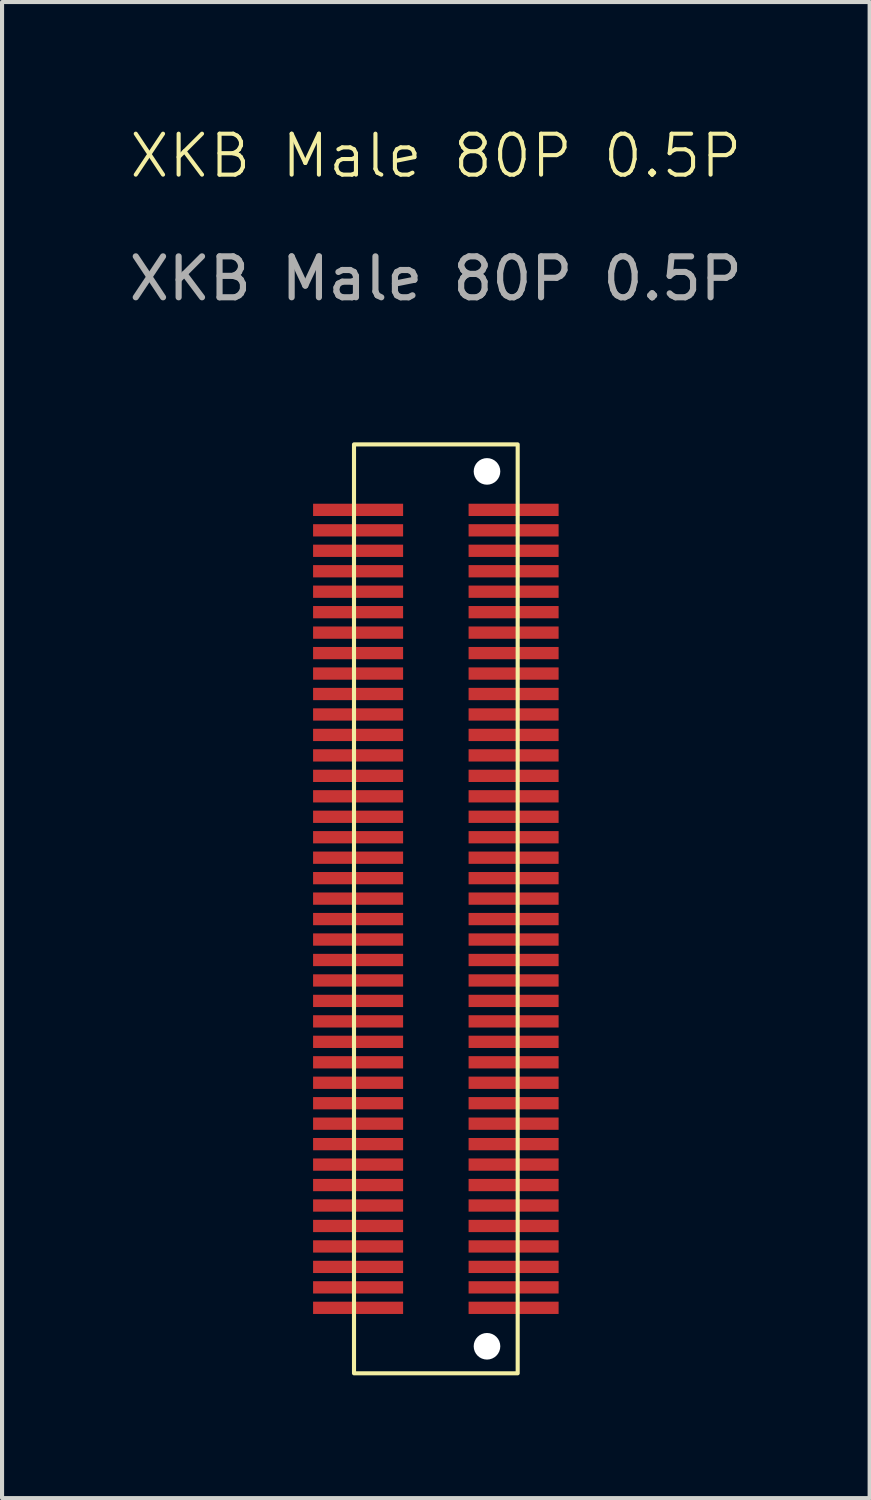
<source format=kicad_pcb>
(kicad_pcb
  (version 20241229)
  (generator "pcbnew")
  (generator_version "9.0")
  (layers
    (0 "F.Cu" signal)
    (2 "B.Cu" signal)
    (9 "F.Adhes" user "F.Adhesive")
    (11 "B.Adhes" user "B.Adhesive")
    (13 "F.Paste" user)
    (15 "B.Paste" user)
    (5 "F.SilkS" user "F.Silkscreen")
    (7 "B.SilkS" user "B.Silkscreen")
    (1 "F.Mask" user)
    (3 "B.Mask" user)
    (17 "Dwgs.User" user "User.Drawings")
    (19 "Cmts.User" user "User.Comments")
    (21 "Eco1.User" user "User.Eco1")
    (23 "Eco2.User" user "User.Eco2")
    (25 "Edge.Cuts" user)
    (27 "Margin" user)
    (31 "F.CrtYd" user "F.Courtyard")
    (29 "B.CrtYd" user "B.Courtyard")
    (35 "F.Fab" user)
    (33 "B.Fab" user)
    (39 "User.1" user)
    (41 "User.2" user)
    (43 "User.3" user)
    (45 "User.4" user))
  (footprint "XKB Male 80P 0.5P"
    (layer "F.Cu")
    (at 5.601 7.91)
    (property "Reference" "XKB Male 80P 0.5P" (at 2 -7.15 0) (unlocked yes) (layer "F.SilkS") (effects (font (size 1 1) (thickness 0.1))))
    (attr smd)
    (fp_rect (start 0 -0.1) (end 4 22.6) (stroke (width 0.1) (type default)) (fill no) (layer "F.SilkS"))
    (fp_text user "${REFERENCE}" (at 2 -4.15 0) (unlocked yes) (layer "F.Fab") (effects (font (size 1 1) (thickness 0.15))))
    (pad "" np_thru_hole circle (at 3.25 0.56) (size 0.65 0.65) (drill 0.65) (layers "*.Cu" "*.Mask"))
    (pad "" np_thru_hole circle (at 3.25 21.94) (size 0.65 0.65) (drill 0.65) (layers "*.Cu" "*.Mask"))
    (pad "1" smd rect (at 3.9 21) (size 2.2 0.3) (layers "F.Cu" "F.Mask" "F.Paste"))
    (pad "2" smd rect (at 0.1 21) (size 2.2 0.3) (layers "F.Cu" "F.Mask" "F.Paste"))
    (pad "3" smd rect (at 3.9 20.5) (size 2.2 0.3) (layers "F.Cu" "F.Mask" "F.Paste"))
    (pad "4" smd rect (at 0.1 20.5) (size 2.2 0.3) (layers "F.Cu" "F.Mask" "F.Paste"))
    (pad "5" smd rect (at 3.9 20) (size 2.2 0.3) (layers "F.Cu" "F.Mask" "F.Paste"))
    (pad "6" smd rect (at 0.1 20) (size 2.2 0.3) (layers "F.Cu" "F.Mask" "F.Paste"))
    (pad "7" smd rect (at 3.9 19.5) (size 2.2 0.3) (layers "F.Cu" "F.Mask" "F.Paste"))
    (pad "8" smd rect (at 0.1 19.5) (size 2.2 0.3) (layers "F.Cu" "F.Mask" "F.Paste"))
    (pad "9" smd rect (at 3.9 19) (size 2.2 0.3) (layers "F.Cu" "F.Mask" "F.Paste"))
    (pad "10" smd rect (at 0.1 19) (size 2.2 0.3) (layers "F.Cu" "F.Mask" "F.Paste"))
    (pad "11" smd rect (at 3.9 18.5) (size 2.2 0.3) (layers "F.Cu" "F.Mask" "F.Paste"))
    (pad "12" smd rect (at 0.1 18.5) (size 2.2 0.3) (layers "F.Cu" "F.Mask" "F.Paste"))
    (pad "13" smd rect (at 3.9 18) (size 2.2 0.3) (layers "F.Cu" "F.Mask" "F.Paste"))
    (pad "14" smd rect (at 0.1 18) (size 2.2 0.3) (layers "F.Cu" "F.Mask" "F.Paste"))
    (pad "15" smd rect (at 3.9 17.5) (size 2.2 0.3) (layers "F.Cu" "F.Mask" "F.Paste"))
    (pad "16" smd rect (at 0.1 17.5) (size 2.2 0.3) (layers "F.Cu" "F.Mask" "F.Paste"))
    (pad "17" smd rect (at 3.9 17) (size 2.2 0.3) (layers "F.Cu" "F.Mask" "F.Paste"))
    (pad "18" smd rect (at 0.1 17) (size 2.2 0.3) (layers "F.Cu" "F.Mask" "F.Paste"))
    (pad "19" smd rect (at 3.9 16.5) (size 2.2 0.3) (layers "F.Cu" "F.Mask" "F.Paste"))
    (pad "20" smd rect (at 0.1 16.5) (size 2.2 0.3) (layers "F.Cu" "F.Mask" "F.Paste"))
    (pad "21" smd rect (at 3.9 16) (size 2.2 0.3) (layers "F.Cu" "F.Mask" "F.Paste"))
    (pad "22" smd rect (at 0.1 16) (size 2.2 0.3) (layers "F.Cu" "F.Mask" "F.Paste"))
    (pad "23" smd rect (at 3.9 15.5) (size 2.2 0.3) (layers "F.Cu" "F.Mask" "F.Paste"))
    (pad "24" smd rect (at 0.1 15.5) (size 2.2 0.3) (layers "F.Cu" "F.Mask" "F.Paste"))
    (pad "25" smd rect (at 3.9 15) (size 2.2 0.3) (layers "F.Cu" "F.Mask" "F.Paste"))
    (pad "26" smd rect (at 0.1 15) (size 2.2 0.3) (layers "F.Cu" "F.Mask" "F.Paste"))
    (pad "27" smd rect (at 3.9 14.5) (size 2.2 0.3) (layers "F.Cu" "F.Mask" "F.Paste"))
    (pad "28" smd rect (at 0.1 14.5) (size 2.2 0.3) (layers "F.Cu" "F.Mask" "F.Paste"))
    (pad "29" smd rect (at 3.9 14) (size 2.2 0.3) (layers "F.Cu" "F.Mask" "F.Paste"))
    (pad "30" smd rect (at 0.1 14) (size 2.2 0.3) (layers "F.Cu" "F.Mask" "F.Paste"))
    (pad "31" smd rect (at 3.9 13.5) (size 2.2 0.3) (layers "F.Cu" "F.Mask" "F.Paste"))
    (pad "32" smd rect (at 0.1 13.5) (size 2.2 0.3) (layers "F.Cu" "F.Mask" "F.Paste"))
    (pad "33" smd rect (at 3.9 13) (size 2.2 0.3) (layers "F.Cu" "F.Mask" "F.Paste"))
    (pad "34" smd rect (at 0.1 13) (size 2.2 0.3) (layers "F.Cu" "F.Mask" "F.Paste"))
    (pad "35" smd rect (at 3.9 12.5) (size 2.2 0.3) (layers "F.Cu" "F.Mask" "F.Paste"))
    (pad "36" smd rect (at 0.1 12.5) (size 2.2 0.3) (layers "F.Cu" "F.Mask" "F.Paste"))
    (pad "37" smd rect (at 3.9 12) (size 2.2 0.3) (layers "F.Cu" "F.Mask" "F.Paste"))
    (pad "38" smd rect (at 0.1 12) (size 2.2 0.3) (layers "F.Cu" "F.Mask" "F.Paste"))
    (pad "39" smd rect (at 3.9 11.5) (size 2.2 0.3) (layers "F.Cu" "F.Mask" "F.Paste"))
    (pad "40" smd rect (at 0.1 11.5) (size 2.2 0.3) (layers "F.Cu" "F.Mask" "F.Paste"))
    (pad "41" smd rect (at 3.9 11) (size 2.2 0.3) (layers "F.Cu" "F.Mask" "F.Paste"))
    (pad "42" smd rect (at 0.1 11) (size 2.2 0.3) (layers "F.Cu" "F.Mask" "F.Paste"))
    (pad "43" smd rect (at 3.9 10.5) (size 2.2 0.3) (layers "F.Cu" "F.Mask" "F.Paste"))
    (pad "44" smd rect (at 0.1 10.5) (size 2.2 0.3) (layers "F.Cu" "F.Mask" "F.Paste"))
    (pad "45" smd rect (at 3.9 10) (size 2.2 0.3) (layers "F.Cu" "F.Mask" "F.Paste"))
    (pad "46" smd rect (at 0.1 10) (size 2.2 0.3) (layers "F.Cu" "F.Mask" "F.Paste"))
    (pad "47" smd rect (at 3.9 9.5) (size 2.2 0.3) (layers "F.Cu" "F.Mask" "F.Paste"))
    (pad "48" smd rect (at 0.1 9.5) (size 2.2 0.3) (layers "F.Cu" "F.Mask" "F.Paste"))
    (pad "49" smd rect (at 3.9 9) (size 2.2 0.3) (layers "F.Cu" "F.Mask" "F.Paste"))
    (pad "50" smd rect (at 0.1 9) (size 2.2 0.3) (layers "F.Cu" "F.Mask" "F.Paste"))
    (pad "51" smd rect (at 3.9 8.5) (size 2.2 0.3) (layers "F.Cu" "F.Mask" "F.Paste"))
    (pad "52" smd rect (at 0.1 8.5) (size 2.2 0.3) (layers "F.Cu" "F.Mask" "F.Paste"))
    (pad "53" smd rect (at 3.9 8) (size 2.2 0.3) (layers "F.Cu" "F.Mask" "F.Paste"))
    (pad "54" smd rect (at 0.1 8) (size 2.2 0.3) (layers "F.Cu" "F.Mask" "F.Paste"))
    (pad "55" smd rect (at 3.9 7.5) (size 2.2 0.3) (layers "F.Cu" "F.Mask" "F.Paste"))
    (pad "56" smd rect (at 0.1 7.5) (size 2.2 0.3) (layers "F.Cu" "F.Mask" "F.Paste"))
    (pad "57" smd rect (at 3.9 7) (size 2.2 0.3) (layers "F.Cu" "F.Mask" "F.Paste"))
    (pad "58" smd rect (at 0.1 7) (size 2.2 0.3) (layers "F.Cu" "F.Mask" "F.Paste"))
    (pad "59" smd rect (at 3.9 6.5) (size 2.2 0.3) (layers "F.Cu" "F.Mask" "F.Paste"))
    (pad "60" smd rect (at 0.1 6.5) (size 2.2 0.3) (layers "F.Cu" "F.Mask" "F.Paste"))
    (pad "61" smd rect (at 3.9 6) (size 2.2 0.3) (layers "F.Cu" "F.Mask" "F.Paste"))
    (pad "62" smd rect (at 0.1 6) (size 2.2 0.3) (layers "F.Cu" "F.Mask" "F.Paste"))
    (pad "63" smd rect (at 3.9 5.5) (size 2.2 0.3) (layers "F.Cu" "F.Mask" "F.Paste"))
    (pad "64" smd rect (at 0.1 5.5) (size 2.2 0.3) (layers "F.Cu" "F.Mask" "F.Paste"))
    (pad "65" smd rect (at 3.9 5) (size 2.2 0.3) (layers "F.Cu" "F.Mask" "F.Paste"))
    (pad "66" smd rect (at 0.1 5) (size 2.2 0.3) (layers "F.Cu" "F.Mask" "F.Paste"))
    (pad "67" smd rect (at 3.9 4.5) (size 2.2 0.3) (layers "F.Cu" "F.Mask" "F.Paste"))
    (pad "68" smd rect (at 0.1 4.5) (size 2.2 0.3) (layers "F.Cu" "F.Mask" "F.Paste"))
    (pad "69" smd rect (at 3.9 4) (size 2.2 0.3) (layers "F.Cu" "F.Mask" "F.Paste"))
    (pad "70" smd rect (at 0.1 4) (size 2.2 0.3) (layers "F.Cu" "F.Mask" "F.Paste"))
    (pad "71" smd rect (at 3.9 3.5) (size 2.2 0.3) (layers "F.Cu" "F.Mask" "F.Paste"))
    (pad "72" smd rect (at 0.1 3.5) (size 2.2 0.3) (layers "F.Cu" "F.Mask" "F.Paste"))
    (pad "73" smd rect (at 3.9 3) (size 2.2 0.3) (layers "F.Cu" "F.Mask" "F.Paste"))
    (pad "74" smd rect (at 0.1 3) (size 2.2 0.3) (layers "F.Cu" "F.Mask" "F.Paste"))
    (pad "75" smd rect (at 3.9 2.5) (size 2.2 0.3) (layers "F.Cu" "F.Mask" "F.Paste"))
    (pad "76" smd rect (at 0.1 2.5) (size 2.2 0.3) (layers "F.Cu" "F.Mask" "F.Paste"))
    (pad "77" smd rect (at 3.9 2) (size 2.2 0.3) (layers "F.Cu" "F.Mask" "F.Paste"))
    (pad "78" smd rect (at 0.1 2) (size 2.2 0.3) (layers "F.Cu" "F.Mask" "F.Paste"))
    (pad "79" smd rect (at 3.9 1.5) (size 2.2 0.3) (layers "F.Cu" "F.Mask" "F.Paste"))
    (pad "80" smd rect (at 0.1 1.5) (size 2.2 0.3) (layers "F.Cu" "F.Mask" "F.Paste")))
  (gr_rect
    (start -3 -3)
    (end 18.202 33.56)
    (stroke (width 0.1) (type default))
    (fill no)
    (layer "Edge.Cuts")))
</source>
